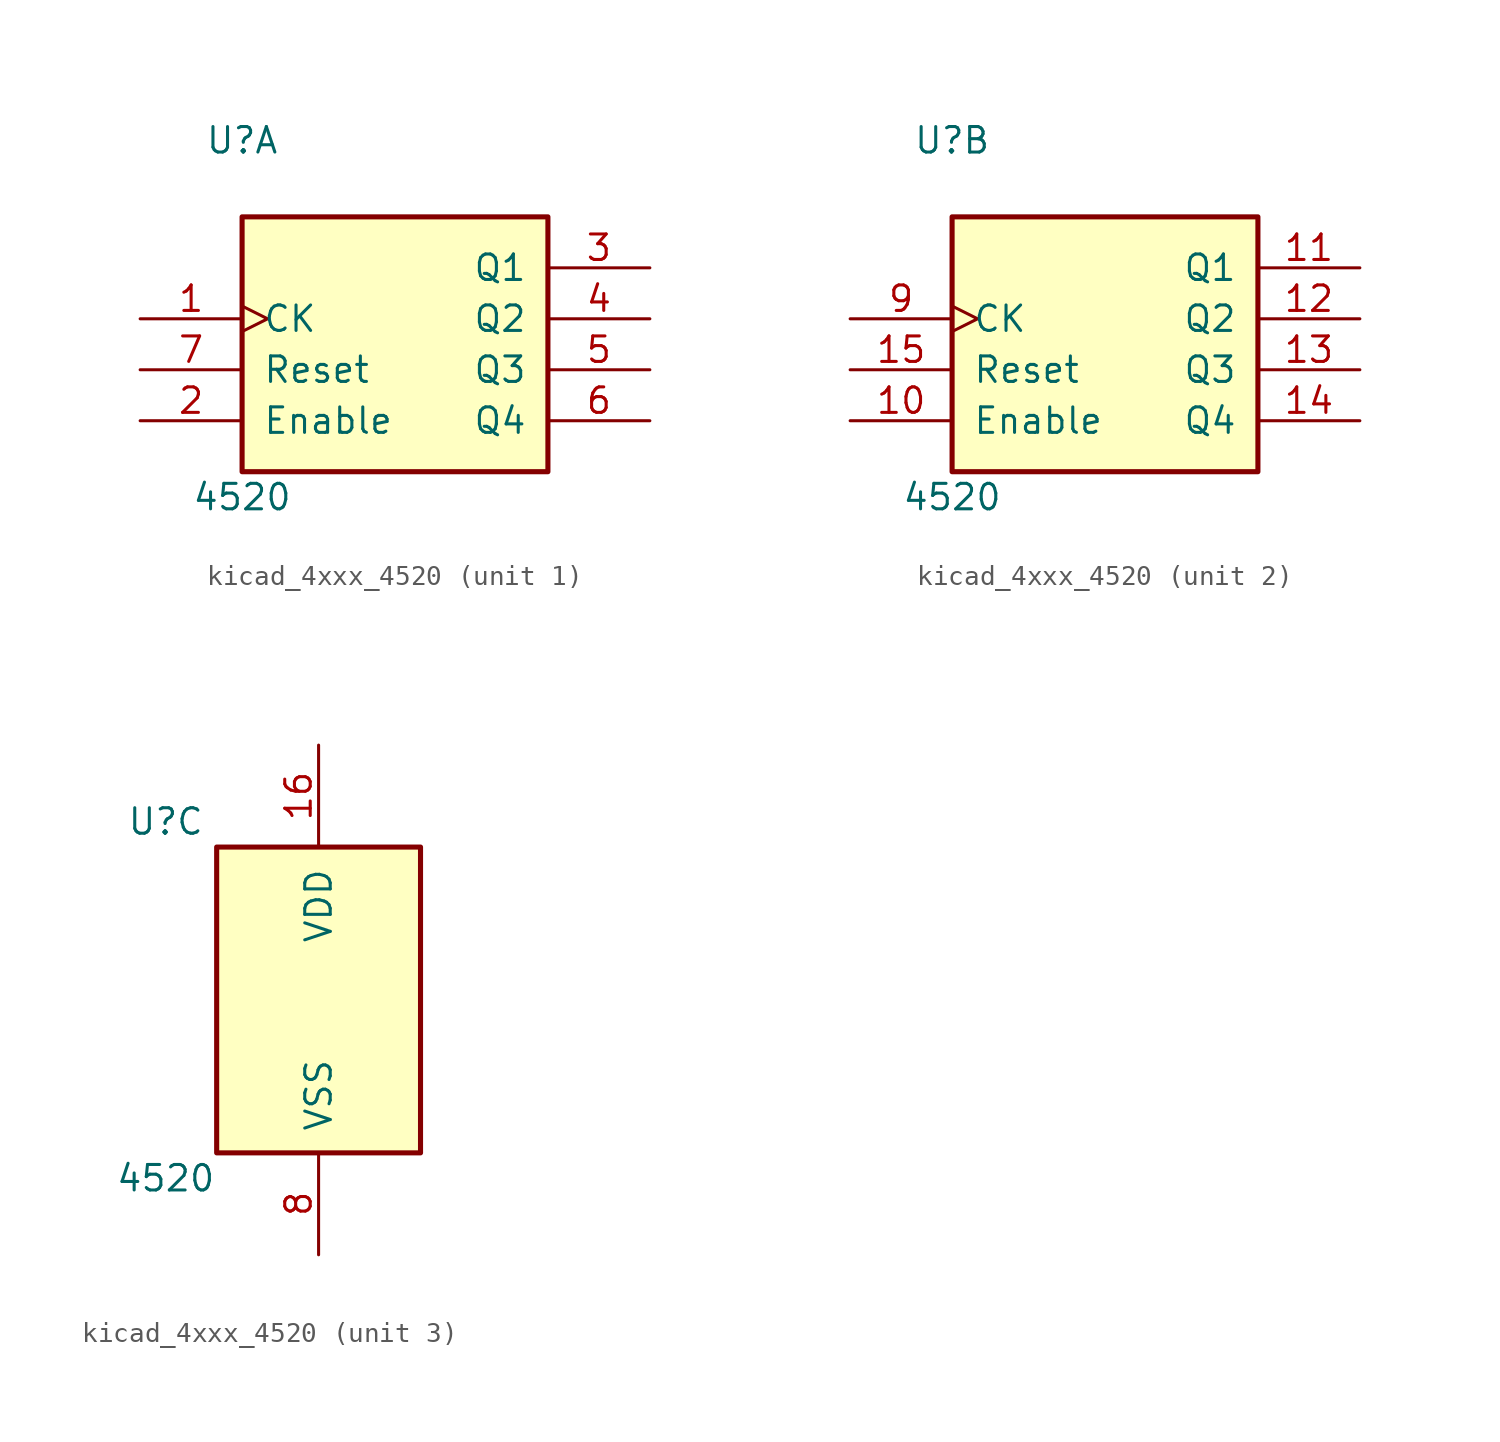
<source format=kicad_sym>
(kicad_symbol_lib
  (version 20220914)
  (generator kicad_symbol_editor)
  (symbol "kicad_4xxx_4520"
    (pin_names
      (offset 1.016))
    (property "Reference" "U"
      (at -7.62 8.89 0)
      (effects (font (size 1.27 1.27))))
    (property "Value" "4520"
      (at -7.62 -8.89 0)
      (effects (font (size 1.27 1.27))))
    (property "ki_locked" ""
      (at 0 0 0)
      (effects (font (size 1.27 1.27))))
    (symbol "kicad_4xxx_4520_1_0"
      (pin input clock (at -12.7 0 0) (length 5.08) (name "CK" (effects (font (size 1.27 1.27)))) (number "1" (effects (font (size 1.27 1.27)))))
      (pin input line (at -12.7 -5.08 0) (length 5.08) (name "Enable" (effects (font (size 1.27 1.27)))) (number "2" (effects (font (size 1.27 1.27)))))
      (pin output line (at 12.7 2.54 180) (length 5.08) (name "Q1" (effects (font (size 1.27 1.27)))) (number "3" (effects (font (size 1.27 1.27)))))
      (pin output line (at 12.7 0 180) (length 5.08) (name "Q2" (effects (font (size 1.27 1.27)))) (number "4" (effects (font (size 1.27 1.27)))))
      (pin output line (at 12.7 -2.54 180) (length 5.08) (name "Q3" (effects (font (size 1.27 1.27)))) (number "5" (effects (font (size 1.27 1.27)))))
      (pin output line (at 12.7 -5.08 180) (length 5.08) (name "Q4" (effects (font (size 1.27 1.27)))) (number "6" (effects (font (size 1.27 1.27)))))
      (pin input line (at -12.7 -2.54 0) (length 5.08) (name "Reset" (effects (font (size 1.27 1.27)))) (number "7" (effects (font (size 1.27 1.27))))))
    (symbol "kicad_4xxx_4520_1_1"
      (rectangle (start -7.62 5.08) (end 7.62 -7.62) (stroke (width 0.254) (type default)) (fill (type background))))
    (symbol "kicad_4xxx_4520_2_0"
      (pin input line (at -12.7 -5.08 0) (length 5.08) (name "Enable" (effects (font (size 1.27 1.27)))) (number "10" (effects (font (size 1.27 1.27)))))
      (pin output line (at 12.7 2.54 180) (length 5.08) (name "Q1" (effects (font (size 1.27 1.27)))) (number "11" (effects (font (size 1.27 1.27)))))
      (pin output line (at 12.7 0 180) (length 5.08) (name "Q2" (effects (font (size 1.27 1.27)))) (number "12" (effects (font (size 1.27 1.27)))))
      (pin output line (at 12.7 -2.54 180) (length 5.08) (name "Q3" (effects (font (size 1.27 1.27)))) (number "13" (effects (font (size 1.27 1.27)))))
      (pin output line (at 12.7 -5.08 180) (length 5.08) (name "Q4" (effects (font (size 1.27 1.27)))) (number "14" (effects (font (size 1.27 1.27)))))
      (pin input line (at -12.7 -2.54 0) (length 5.08) (name "Reset" (effects (font (size 1.27 1.27)))) (number "15" (effects (font (size 1.27 1.27)))))
      (pin input clock (at -12.7 0 0) (length 5.08) (name "CK" (effects (font (size 1.27 1.27)))) (number "9" (effects (font (size 1.27 1.27))))))
    (symbol "kicad_4xxx_4520_2_1"
      (rectangle (start -7.62 5.08) (end 7.62 -7.62) (stroke (width 0.254) (type default)) (fill (type background))))
    (symbol "kicad_4xxx_4520_3_0"
      (pin power_in line (at 0 12.7 270) (length 5.08) (name "VDD" (effects (font (size 1.27 1.27)))) (number "16" (effects (font (size 1.27 1.27)))))
      (pin power_in line (at 0 -12.7 90) (length 5.08) (name "VSS" (effects (font (size 1.27 1.27)))) (number "8" (effects (font (size 1.27 1.27))))))
    (symbol "kicad_4xxx_4520_3_1"
      (rectangle (start -5.08 7.62) (end 5.08 -7.62) (stroke (width 0.254) (type default)) (fill (type background))))))
</source>
